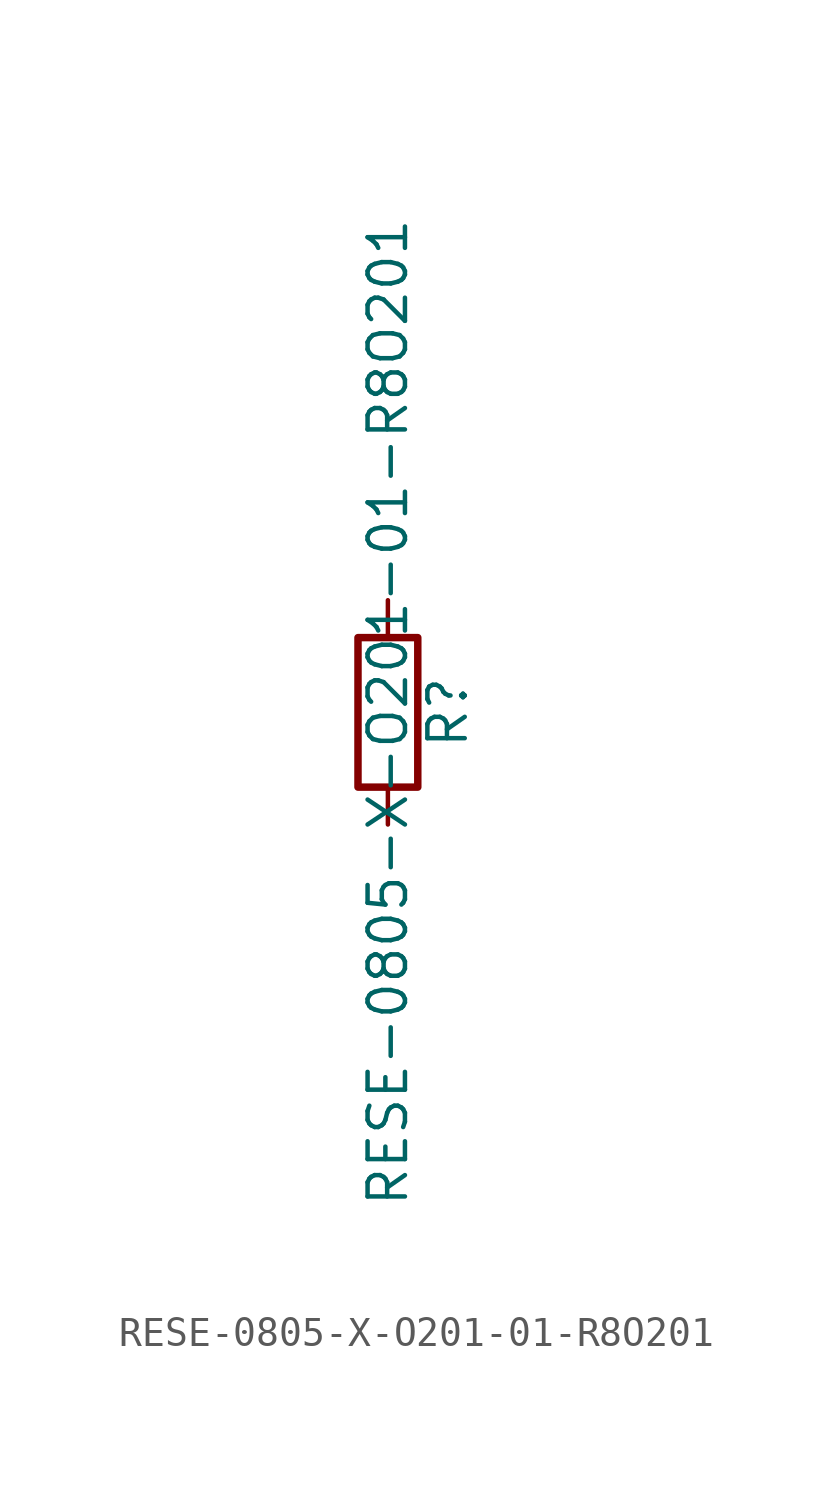
<source format=kicad_sym>
(kicad_symbol_lib
  (version 20211014)
  (generator kicad_symbol_editor)
  (symbol "RESE-0805-X-O201-01-R8O201"
    (pin_numbers hide)
    (pin_names
      (offset 0))
    (property "Reference" "R"
      (at 2.032 0 90)
      (effects (font (size 1.27 1.27))))
    (property "Value" "RESE-0805-X-O201-01-R8O201"
      (at 0 0 90)
      (effects (font (size 1.27 1.27))))
    (symbol "RESE-0805-X-O201-01-R8O201_0_1"
      (rectangle (start -1.016 -2.54) (end 1.016 2.54) (stroke (width 0.254) (type default) (color 0 0 0 0)) (fill (type none))))
    (symbol "RESE-0805-X-O201-01-R8O201_1_1"
      (pin passive line (at 0 3.81 270) (length 1.27) (name "~" (effects (font (size 1.27 1.27)))) (number "1" (effects (font (size 1.27 1.27)))))
      (pin passive line (at 0 -3.81 90) (length 1.27) (name "~" (effects (font (size 1.27 1.27)))) (number "2" (effects (font (size 1.27 1.27))))))))
</source>
